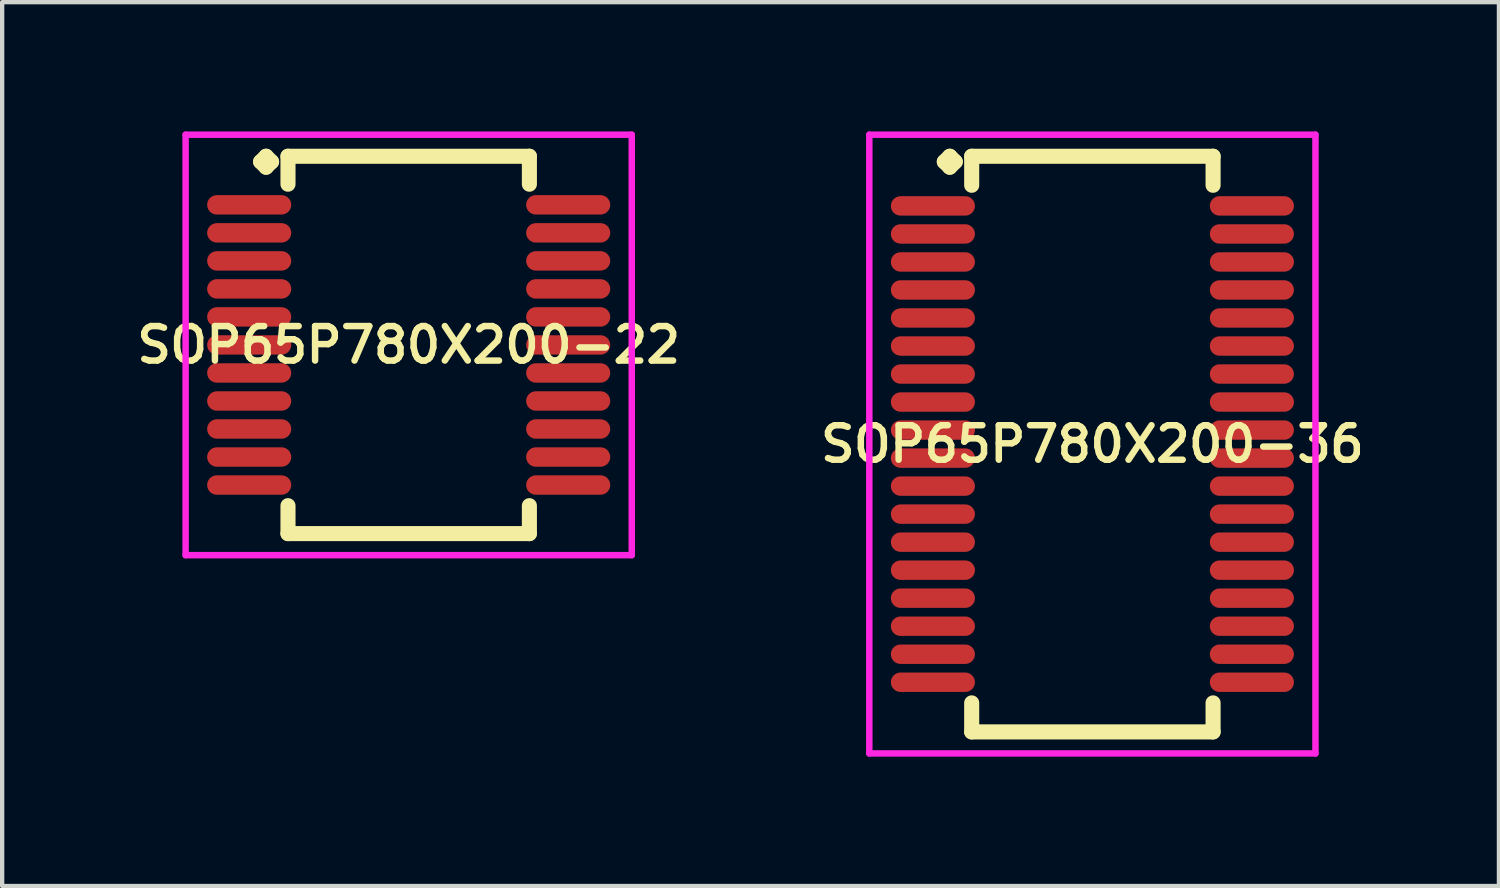
<source format=kicad_pcb>
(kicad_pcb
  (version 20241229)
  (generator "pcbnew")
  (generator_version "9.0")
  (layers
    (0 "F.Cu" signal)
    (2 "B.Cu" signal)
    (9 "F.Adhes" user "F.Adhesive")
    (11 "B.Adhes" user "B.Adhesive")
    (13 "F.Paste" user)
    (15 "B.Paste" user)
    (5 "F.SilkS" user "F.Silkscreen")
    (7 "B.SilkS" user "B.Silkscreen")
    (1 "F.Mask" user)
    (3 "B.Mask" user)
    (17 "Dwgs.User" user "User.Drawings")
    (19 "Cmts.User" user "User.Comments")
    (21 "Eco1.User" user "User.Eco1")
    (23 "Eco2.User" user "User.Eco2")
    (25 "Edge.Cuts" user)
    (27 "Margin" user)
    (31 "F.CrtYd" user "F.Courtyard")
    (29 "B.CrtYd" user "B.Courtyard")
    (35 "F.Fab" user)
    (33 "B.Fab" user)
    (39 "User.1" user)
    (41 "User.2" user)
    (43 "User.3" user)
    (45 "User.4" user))
  (footprint "SOP65P780X200-36"
    (layer "F.Cu")
    (at 22.292 7.252)
    (property "Reference" "SOP65P780X200-36" (at 0 0 0) (layer "F.SilkS") (effects (font (size 0.8 0.8) (thickness 0.15))))
    (attr smd)
    (fp_line (start -3.435 -6.55) (end -3.308 -6.677) (stroke (width 0.35) (type solid)) (layer "F.SilkS"))
    (fp_line (start -3.308 -6.677) (end -3.181 -6.55) (stroke (width 0.35) (type solid)) (layer "F.SilkS"))
    (fp_line (start -3.308 -6.423) (end -3.435 -6.55) (stroke (width 0.35) (type solid)) (layer "F.SilkS"))
    (fp_line (start -3.181 -6.55) (end -3.308 -6.423) (stroke (width 0.35) (type solid)) (layer "F.SilkS"))
    (fp_line (start -2.8 -6.677) (end 2.8 -6.677) (stroke (width 0.35) (type solid)) (layer "F.SilkS"))
    (fp_line (start -2.8 -6.004) (end -2.8 -6.677) (stroke (width 0.35) (type solid)) (layer "F.SilkS"))
    (fp_line (start -2.8 6.004) (end -2.8 6.677) (stroke (width 0.35) (type solid)) (layer "F.SilkS"))
    (fp_line (start -2.8 6.677) (end 2.8 6.677) (stroke (width 0.35) (type solid)) (layer "F.SilkS"))
    (fp_line (start 2.8 -6.677) (end 2.8 -6.004) (stroke (width 0.35) (type solid)) (layer "F.SilkS"))
    (fp_line (start 2.8 6.677) (end 2.8 6.004) (stroke (width 0.35) (type solid)) (layer "F.SilkS"))
    (fp_line (start -5.175 -7.177) (end 5.175 -7.177) (stroke (width 0.15) (type solid)) (layer "F.CrtYd"))
    (fp_line (start -5.175 7.177) (end -5.175 -7.177) (stroke (width 0.15) (type solid)) (layer "F.CrtYd"))
    (fp_line (start 5.175 -7.177) (end 5.175 7.177) (stroke (width 0.15) (type solid)) (layer "F.CrtYd"))
    (fp_line (start 5.175 7.177) (end -5.175 7.177) (stroke (width 0.15) (type solid)) (layer "F.CrtYd"))
    (pad "1" smd oval (at -3.7 -5.525) (size 1.95 0.45) (layers "F.Cu" "F.Mask" "F.Paste"))
    (pad "2" smd oval (at -3.7 -4.875) (size 1.95 0.45) (layers "F.Cu" "F.Mask" "F.Paste"))
    (pad "3" smd oval (at -3.7 -4.225) (size 1.95 0.45) (layers "F.Cu" "F.Mask" "F.Paste"))
    (pad "4" smd oval (at -3.7 -3.575) (size 1.95 0.45) (layers "F.Cu" "F.Mask" "F.Paste"))
    (pad "5" smd oval (at -3.7 -2.925) (size 1.95 0.45) (layers "F.Cu" "F.Mask" "F.Paste"))
    (pad "6" smd oval (at -3.7 -2.275) (size 1.95 0.45) (layers "F.Cu" "F.Mask" "F.Paste"))
    (pad "7" smd oval (at -3.7 -1.625) (size 1.95 0.45) (layers "F.Cu" "F.Mask" "F.Paste"))
    (pad "8" smd oval (at -3.7 -0.975) (size 1.95 0.45) (layers "F.Cu" "F.Mask" "F.Paste"))
    (pad "9" smd oval (at -3.7 -0.325) (size 1.95 0.45) (layers "F.Cu" "F.Mask" "F.Paste"))
    (pad "10" smd oval (at -3.7 0.325) (size 1.95 0.45) (layers "F.Cu" "F.Mask" "F.Paste"))
    (pad "11" smd oval (at -3.7 0.975) (size 1.95 0.45) (layers "F.Cu" "F.Mask" "F.Paste"))
    (pad "12" smd oval (at -3.7 1.625) (size 1.95 0.45) (layers "F.Cu" "F.Mask" "F.Paste"))
    (pad "13" smd oval (at -3.7 2.275) (size 1.95 0.45) (layers "F.Cu" "F.Mask" "F.Paste"))
    (pad "14" smd oval (at -3.7 2.925) (size 1.95 0.45) (layers "F.Cu" "F.Mask" "F.Paste"))
    (pad "15" smd oval (at -3.7 3.575) (size 1.95 0.45) (layers "F.Cu" "F.Mask" "F.Paste"))
    (pad "16" smd oval (at -3.7 4.225) (size 1.95 0.45) (layers "F.Cu" "F.Mask" "F.Paste"))
    (pad "17" smd oval (at -3.7 4.875) (size 1.95 0.45) (layers "F.Cu" "F.Mask" "F.Paste"))
    (pad "18" smd oval (at -3.7 5.525) (size 1.95 0.45) (layers "F.Cu" "F.Mask" "F.Paste"))
    (pad "19" smd oval (at 3.7 5.525) (size 1.95 0.45) (layers "F.Cu" "F.Mask" "F.Paste"))
    (pad "20" smd oval (at 3.7 4.875) (size 1.95 0.45) (layers "F.Cu" "F.Mask" "F.Paste"))
    (pad "21" smd oval (at 3.7 4.225) (size 1.95 0.45) (layers "F.Cu" "F.Mask" "F.Paste"))
    (pad "22" smd oval (at 3.7 3.575) (size 1.95 0.45) (layers "F.Cu" "F.Mask" "F.Paste"))
    (pad "23" smd oval (at 3.7 2.925) (size 1.95 0.45) (layers "F.Cu" "F.Mask" "F.Paste"))
    (pad "24" smd oval (at 3.7 2.275) (size 1.95 0.45) (layers "F.Cu" "F.Mask" "F.Paste"))
    (pad "25" smd oval (at 3.7 1.625) (size 1.95 0.45) (layers "F.Cu" "F.Mask" "F.Paste"))
    (pad "26" smd oval (at 3.7 0.975) (size 1.95 0.45) (layers "F.Cu" "F.Mask" "F.Paste"))
    (pad "27" smd oval (at 3.7 0.325) (size 1.95 0.45) (layers "F.Cu" "F.Mask" "F.Paste"))
    (pad "28" smd oval (at 3.7 -0.325) (size 1.95 0.45) (layers "F.Cu" "F.Mask" "F.Paste"))
    (pad "29" smd oval (at 3.7 -0.975) (size 1.95 0.45) (layers "F.Cu" "F.Mask" "F.Paste"))
    (pad "30" smd oval (at 3.7 -1.625) (size 1.95 0.45) (layers "F.Cu" "F.Mask" "F.Paste"))
    (pad "31" smd oval (at 3.7 -2.275) (size 1.95 0.45) (layers "F.Cu" "F.Mask" "F.Paste"))
    (pad "32" smd oval (at 3.7 -2.925) (size 1.95 0.45) (layers "F.Cu" "F.Mask" "F.Paste"))
    (pad "33" smd oval (at 3.7 -3.575) (size 1.95 0.45) (layers "F.Cu" "F.Mask" "F.Paste"))
    (pad "34" smd oval (at 3.7 -4.225) (size 1.95 0.45) (layers "F.Cu" "F.Mask" "F.Paste"))
    (pad "35" smd oval (at 3.7 -4.875) (size 1.95 0.45) (layers "F.Cu" "F.Mask" "F.Paste"))
    (pad "36" smd oval (at 3.7 -5.525) (size 1.95 0.45) (layers "F.Cu" "F.Mask" "F.Paste")))
  (footprint "SOP65P780X200-22"
    (layer "F.Cu")
    (at 6.431 4.952)
    (property "Reference" "SOP65P780X200-22" (at 0 0 0) (layer "F.SilkS") (effects (font (size 0.8 0.8) (thickness 0.15))))
    (attr smd)
    (fp_line (start -3.435 -4.25) (end -3.308 -4.377) (stroke (width 0.35) (type solid)) (layer "F.SilkS"))
    (fp_line (start -3.308 -4.377) (end -3.181 -4.25) (stroke (width 0.35) (type solid)) (layer "F.SilkS"))
    (fp_line (start -3.308 -4.123) (end -3.435 -4.25) (stroke (width 0.35) (type solid)) (layer "F.SilkS"))
    (fp_line (start -3.181 -4.25) (end -3.308 -4.123) (stroke (width 0.35) (type solid)) (layer "F.SilkS"))
    (fp_line (start -2.8 -4.377) (end 2.8 -4.377) (stroke (width 0.35) (type solid)) (layer "F.SilkS"))
    (fp_line (start -2.8 -3.729) (end -2.8 -4.377) (stroke (width 0.35) (type solid)) (layer "F.SilkS"))
    (fp_line (start -2.8 3.729) (end -2.8 4.377) (stroke (width 0.35) (type solid)) (layer "F.SilkS"))
    (fp_line (start -2.8 4.377) (end 2.8 4.377) (stroke (width 0.35) (type solid)) (layer "F.SilkS"))
    (fp_line (start 2.8 -4.377) (end 2.8 -3.729) (stroke (width 0.35) (type solid)) (layer "F.SilkS"))
    (fp_line (start 2.8 4.377) (end 2.8 3.729) (stroke (width 0.35) (type solid)) (layer "F.SilkS"))
    (fp_line (start -5.175 -4.877) (end 5.175 -4.877) (stroke (width 0.15) (type solid)) (layer "F.CrtYd"))
    (fp_line (start -5.175 4.877) (end -5.175 -4.877) (stroke (width 0.15) (type solid)) (layer "F.CrtYd"))
    (fp_line (start 5.175 -4.877) (end 5.175 4.877) (stroke (width 0.15) (type solid)) (layer "F.CrtYd"))
    (fp_line (start 5.175 4.877) (end -5.175 4.877) (stroke (width 0.15) (type solid)) (layer "F.CrtYd"))
    (pad "1" smd oval (at -3.7 -3.25) (size 1.95 0.45) (layers "F.Cu" "F.Mask" "F.Paste"))
    (pad "2" smd oval (at -3.7 -2.6) (size 1.95 0.45) (layers "F.Cu" "F.Mask" "F.Paste"))
    (pad "3" smd oval (at -3.7 -1.95) (size 1.95 0.45) (layers "F.Cu" "F.Mask" "F.Paste"))
    (pad "4" smd oval (at -3.7 -1.3) (size 1.95 0.45) (layers "F.Cu" "F.Mask" "F.Paste"))
    (pad "5" smd oval (at -3.7 -0.65) (size 1.95 0.45) (layers "F.Cu" "F.Mask" "F.Paste"))
    (pad "6" smd oval (at -3.7 0) (size 1.95 0.45) (layers "F.Cu" "F.Mask" "F.Paste"))
    (pad "7" smd oval (at -3.7 0.65) (size 1.95 0.45) (layers "F.Cu" "F.Mask" "F.Paste"))
    (pad "8" smd oval (at -3.7 1.3) (size 1.95 0.45) (layers "F.Cu" "F.Mask" "F.Paste"))
    (pad "9" smd oval (at -3.7 1.95) (size 1.95 0.45) (layers "F.Cu" "F.Mask" "F.Paste"))
    (pad "10" smd oval (at -3.7 2.6) (size 1.95 0.45) (layers "F.Cu" "F.Mask" "F.Paste"))
    (pad "11" smd oval (at -3.7 3.25) (size 1.95 0.45) (layers "F.Cu" "F.Mask" "F.Paste"))
    (pad "12" smd oval (at 3.7 3.25) (size 1.95 0.45) (layers "F.Cu" "F.Mask" "F.Paste"))
    (pad "13" smd oval (at 3.7 2.6) (size 1.95 0.45) (layers "F.Cu" "F.Mask" "F.Paste"))
    (pad "14" smd oval (at 3.7 1.95) (size 1.95 0.45) (layers "F.Cu" "F.Mask" "F.Paste"))
    (pad "15" smd oval (at 3.7 1.3) (size 1.95 0.45) (layers "F.Cu" "F.Mask" "F.Paste"))
    (pad "16" smd oval (at 3.7 0.65) (size 1.95 0.45) (layers "F.Cu" "F.Mask" "F.Paste"))
    (pad "17" smd oval (at 3.7 0) (size 1.95 0.45) (layers "F.Cu" "F.Mask" "F.Paste"))
    (pad "18" smd oval (at 3.7 -0.65) (size 1.95 0.45) (layers "F.Cu" "F.Mask" "F.Paste"))
    (pad "19" smd oval (at 3.7 -1.3) (size 1.95 0.45) (layers "F.Cu" "F.Mask" "F.Paste"))
    (pad "20" smd oval (at 3.7 -1.95) (size 1.95 0.45) (layers "F.Cu" "F.Mask" "F.Paste"))
    (pad "21" smd oval (at 3.7 -2.6) (size 1.95 0.45) (layers "F.Cu" "F.Mask" "F.Paste"))
    (pad "22" smd oval (at 3.7 -3.25) (size 1.95 0.45) (layers "F.Cu" "F.Mask" "F.Paste")))
  (gr_rect
    (start -3 -3)
    (end 31.723 17.504)
    (stroke (width 0.1) (type default))
    (fill no)
    (layer "Edge.Cuts")))
</source>
